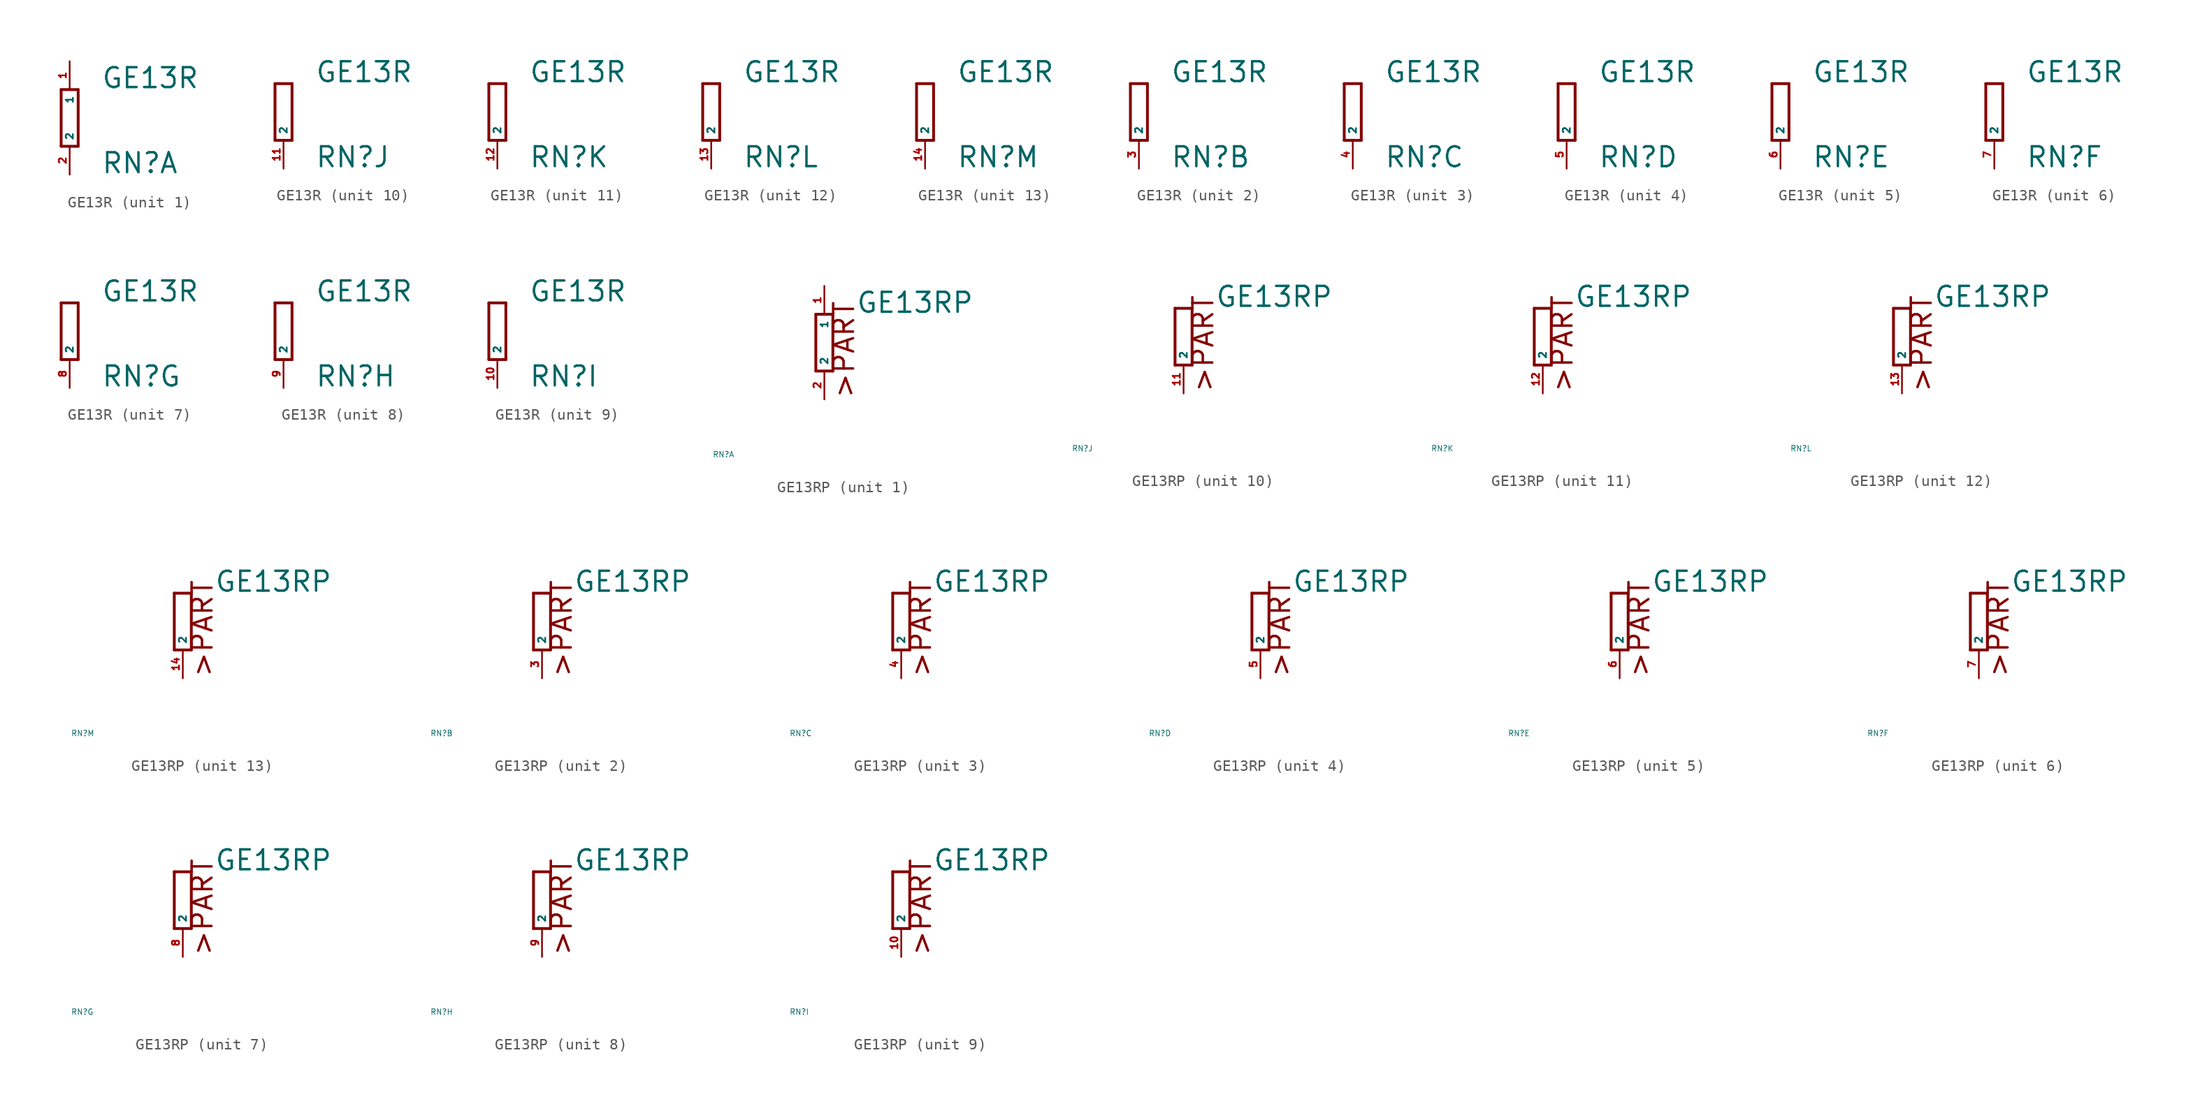
<source format=kicad_sym>
(kicad_symbol_lib
  (version 20220914)
  (generator Eagle2Kicad)
  (symbol "GE13R"
    (property "Reference" "RN"
      (at 2.794 -5.08 0)
      (effects (font (size 1.778 1.778) (thickness 0.22)) (justify left bottom)))
    (property "Value" "GE13R"
      (at 2.794 2.54 0)
      (effects (font (size 1.778 1.778) (thickness 0.22)) (justify left bottom)))
    (symbol "GE13R_1_0"
      (polyline (pts (xy 0.762 -2.54) (xy 0.762 2.54)) (stroke (width 0.254) (type default)) (fill (type none)))
      (polyline (pts (xy -0.762 2.54) (xy -0.762 -2.54)) (stroke (width 0.254) (type default)) (fill (type none)))
      (polyline (pts (xy 0.762 2.54) (xy -0.762 2.54)) (stroke (width 0.254) (type default)) (fill (type none)))
      (polyline (pts (xy -0.762 -2.54) (xy 0.762 -2.54)) (stroke (width 0.254) (type default)) (fill (type none)))
      (pin passive line (at 0 5.08 270) (length 2.54) (name "1" (effects (font (size 0.635 0.635) (thickness 0.08)) (justify left bottom))) (number "1" (effects (font (size 0.635 0.635) (thickness 0.08)) (justify left bottom))))
      (pin passive line (at 0 -5.08 90) (length 2.54) (name "2" (effects (font (size 0.635 0.635) (thickness 0.08)) (justify left bottom))) (number "2" (effects (font (size 0.635 0.635) (thickness 0.08)) (justify left bottom)))))
    (symbol "GE13R_2_0"
      (polyline (pts (xy -0.762 2.54) (xy -0.762 -2.54)) (stroke (width 0.254) (type default)) (fill (type none)))
      (polyline (pts (xy 0.762 -2.54) (xy 0.762 2.54)) (stroke (width 0.254) (type default)) (fill (type none)))
      (polyline (pts (xy -0.762 -2.54) (xy 0.762 -2.54)) (stroke (width 0.254) (type default)) (fill (type none)))
      (polyline (pts (xy 0.762 2.54) (xy -0.762 2.54)) (stroke (width 0.254) (type default)) (fill (type none)))
      (pin passive line (at 0 -5.08 90) (length 2.54) (name "2" (effects (font (size 0.635 0.635) (thickness 0.08)) (justify left bottom))) (number "3" (effects (font (size 0.635 0.635) (thickness 0.08)) (justify left bottom)))))
    (symbol "GE13R_3_0"
      (polyline (pts (xy -0.762 2.54) (xy -0.762 -2.54)) (stroke (width 0.254) (type default)) (fill (type none)))
      (polyline (pts (xy 0.762 -2.54) (xy 0.762 2.54)) (stroke (width 0.254) (type default)) (fill (type none)))
      (polyline (pts (xy -0.762 -2.54) (xy 0.762 -2.54)) (stroke (width 0.254) (type default)) (fill (type none)))
      (polyline (pts (xy 0.762 2.54) (xy -0.762 2.54)) (stroke (width 0.254) (type default)) (fill (type none)))
      (pin passive line (at 0 -5.08 90) (length 2.54) (name "2" (effects (font (size 0.635 0.635) (thickness 0.08)) (justify left bottom))) (number "4" (effects (font (size 0.635 0.635) (thickness 0.08)) (justify left bottom)))))
    (symbol "GE13R_4_0"
      (polyline (pts (xy -0.762 2.54) (xy -0.762 -2.54)) (stroke (width 0.254) (type default)) (fill (type none)))
      (polyline (pts (xy 0.762 -2.54) (xy 0.762 2.54)) (stroke (width 0.254) (type default)) (fill (type none)))
      (polyline (pts (xy -0.762 -2.54) (xy 0.762 -2.54)) (stroke (width 0.254) (type default)) (fill (type none)))
      (polyline (pts (xy 0.762 2.54) (xy -0.762 2.54)) (stroke (width 0.254) (type default)) (fill (type none)))
      (pin passive line (at 0 -5.08 90) (length 2.54) (name "2" (effects (font (size 0.635 0.635) (thickness 0.08)) (justify left bottom))) (number "5" (effects (font (size 0.635 0.635) (thickness 0.08)) (justify left bottom)))))
    (symbol "GE13R_5_0"
      (polyline (pts (xy -0.762 2.54) (xy -0.762 -2.54)) (stroke (width 0.254) (type default)) (fill (type none)))
      (polyline (pts (xy 0.762 -2.54) (xy 0.762 2.54)) (stroke (width 0.254) (type default)) (fill (type none)))
      (polyline (pts (xy -0.762 -2.54) (xy 0.762 -2.54)) (stroke (width 0.254) (type default)) (fill (type none)))
      (polyline (pts (xy 0.762 2.54) (xy -0.762 2.54)) (stroke (width 0.254) (type default)) (fill (type none)))
      (pin passive line (at 0 -5.08 90) (length 2.54) (name "2" (effects (font (size 0.635 0.635) (thickness 0.08)) (justify left bottom))) (number "6" (effects (font (size 0.635 0.635) (thickness 0.08)) (justify left bottom)))))
    (symbol "GE13R_6_0"
      (polyline (pts (xy -0.762 2.54) (xy -0.762 -2.54)) (stroke (width 0.254) (type default)) (fill (type none)))
      (polyline (pts (xy 0.762 -2.54) (xy 0.762 2.54)) (stroke (width 0.254) (type default)) (fill (type none)))
      (polyline (pts (xy -0.762 -2.54) (xy 0.762 -2.54)) (stroke (width 0.254) (type default)) (fill (type none)))
      (polyline (pts (xy 0.762 2.54) (xy -0.762 2.54)) (stroke (width 0.254) (type default)) (fill (type none)))
      (pin passive line (at 0 -5.08 90) (length 2.54) (name "2" (effects (font (size 0.635 0.635) (thickness 0.08)) (justify left bottom))) (number "7" (effects (font (size 0.635 0.635) (thickness 0.08)) (justify left bottom)))))
    (symbol "GE13R_7_0"
      (polyline (pts (xy -0.762 2.54) (xy -0.762 -2.54)) (stroke (width 0.254) (type default)) (fill (type none)))
      (polyline (pts (xy 0.762 -2.54) (xy 0.762 2.54)) (stroke (width 0.254) (type default)) (fill (type none)))
      (polyline (pts (xy -0.762 -2.54) (xy 0.762 -2.54)) (stroke (width 0.254) (type default)) (fill (type none)))
      (polyline (pts (xy 0.762 2.54) (xy -0.762 2.54)) (stroke (width 0.254) (type default)) (fill (type none)))
      (pin passive line (at 0 -5.08 90) (length 2.54) (name "2" (effects (font (size 0.635 0.635) (thickness 0.08)) (justify left bottom))) (number "8" (effects (font (size 0.635 0.635) (thickness 0.08)) (justify left bottom)))))
    (symbol "GE13R_8_0"
      (polyline (pts (xy -0.762 2.54) (xy -0.762 -2.54)) (stroke (width 0.254) (type default)) (fill (type none)))
      (polyline (pts (xy 0.762 -2.54) (xy 0.762 2.54)) (stroke (width 0.254) (type default)) (fill (type none)))
      (polyline (pts (xy -0.762 -2.54) (xy 0.762 -2.54)) (stroke (width 0.254) (type default)) (fill (type none)))
      (polyline (pts (xy 0.762 2.54) (xy -0.762 2.54)) (stroke (width 0.254) (type default)) (fill (type none)))
      (pin passive line (at 0 -5.08 90) (length 2.54) (name "2" (effects (font (size 0.635 0.635) (thickness 0.08)) (justify left bottom))) (number "9" (effects (font (size 0.635 0.635) (thickness 0.08)) (justify left bottom)))))
    (symbol "GE13R_9_0"
      (polyline (pts (xy -0.762 2.54) (xy -0.762 -2.54)) (stroke (width 0.254) (type default)) (fill (type none)))
      (polyline (pts (xy 0.762 -2.54) (xy 0.762 2.54)) (stroke (width 0.254) (type default)) (fill (type none)))
      (polyline (pts (xy -0.762 -2.54) (xy 0.762 -2.54)) (stroke (width 0.254) (type default)) (fill (type none)))
      (polyline (pts (xy 0.762 2.54) (xy -0.762 2.54)) (stroke (width 0.254) (type default)) (fill (type none)))
      (pin passive line (at 0 -5.08 90) (length 2.54) (name "2" (effects (font (size 0.635 0.635) (thickness 0.08)) (justify left bottom))) (number "10" (effects (font (size 0.635 0.635) (thickness 0.08)) (justify left bottom)))))
    (symbol "GE13R_10_0"
      (polyline (pts (xy -0.762 2.54) (xy -0.762 -2.54)) (stroke (width 0.254) (type default)) (fill (type none)))
      (polyline (pts (xy 0.762 -2.54) (xy 0.762 2.54)) (stroke (width 0.254) (type default)) (fill (type none)))
      (polyline (pts (xy -0.762 -2.54) (xy 0.762 -2.54)) (stroke (width 0.254) (type default)) (fill (type none)))
      (polyline (pts (xy 0.762 2.54) (xy -0.762 2.54)) (stroke (width 0.254) (type default)) (fill (type none)))
      (pin passive line (at 0 -5.08 90) (length 2.54) (name "2" (effects (font (size 0.635 0.635) (thickness 0.08)) (justify left bottom))) (number "11" (effects (font (size 0.635 0.635) (thickness 0.08)) (justify left bottom)))))
    (symbol "GE13R_11_0"
      (polyline (pts (xy -0.762 2.54) (xy -0.762 -2.54)) (stroke (width 0.254) (type default)) (fill (type none)))
      (polyline (pts (xy 0.762 -2.54) (xy 0.762 2.54)) (stroke (width 0.254) (type default)) (fill (type none)))
      (polyline (pts (xy -0.762 -2.54) (xy 0.762 -2.54)) (stroke (width 0.254) (type default)) (fill (type none)))
      (polyline (pts (xy 0.762 2.54) (xy -0.762 2.54)) (stroke (width 0.254) (type default)) (fill (type none)))
      (pin passive line (at 0 -5.08 90) (length 2.54) (name "2" (effects (font (size 0.635 0.635) (thickness 0.08)) (justify left bottom))) (number "12" (effects (font (size 0.635 0.635) (thickness 0.08)) (justify left bottom)))))
    (symbol "GE13R_12_0"
      (polyline (pts (xy -0.762 2.54) (xy -0.762 -2.54)) (stroke (width 0.254) (type default)) (fill (type none)))
      (polyline (pts (xy 0.762 -2.54) (xy 0.762 2.54)) (stroke (width 0.254) (type default)) (fill (type none)))
      (polyline (pts (xy -0.762 -2.54) (xy 0.762 -2.54)) (stroke (width 0.254) (type default)) (fill (type none)))
      (polyline (pts (xy 0.762 2.54) (xy -0.762 2.54)) (stroke (width 0.254) (type default)) (fill (type none)))
      (pin passive line (at 0 -5.08 90) (length 2.54) (name "2" (effects (font (size 0.635 0.635) (thickness 0.08)) (justify left bottom))) (number "13" (effects (font (size 0.635 0.635) (thickness 0.08)) (justify left bottom)))))
    (symbol "GE13R_13_0"
      (polyline (pts (xy -0.762 2.54) (xy -0.762 -2.54)) (stroke (width 0.254) (type default)) (fill (type none)))
      (polyline (pts (xy 0.762 -2.54) (xy 0.762 2.54)) (stroke (width 0.254) (type default)) (fill (type none)))
      (polyline (pts (xy -0.762 -2.54) (xy 0.762 -2.54)) (stroke (width 0.254) (type default)) (fill (type none)))
      (polyline (pts (xy 0.762 2.54) (xy -0.762 2.54)) (stroke (width 0.254) (type default)) (fill (type none)))
      (pin passive line (at 0 -5.08 90) (length 2.54) (name "2" (effects (font (size 0.635 0.635) (thickness 0.08)) (justify left bottom))) (number "14" (effects (font (size 0.635 0.635) (thickness 0.08)) (justify left bottom))))))
  (symbol "GE13RP"
    (property "Reference" "RN"
      (at -10 -10 0)
      (effects (font (size 0.5 0.5) (thickness 0.06)) (justify left)))
    (property "Value" "GE13RP"
      (at 2.794 2.54 0)
      (effects (font (size 1.778 1.778) (thickness 0.22)) (justify left bottom)))
    (symbol "GE13RP_1_0"
      (polyline (pts (xy 0.762 -2.54) (xy 0.762 2.54)) (stroke (width 0.254) (type default)) (fill (type none)))
      (polyline (pts (xy -0.762 2.54) (xy -0.762 -2.54)) (stroke (width 0.254) (type default)) (fill (type none)))
      (polyline (pts (xy 0.762 2.54) (xy -0.762 2.54)) (stroke (width 0.254) (type default)) (fill (type none)))
      (polyline (pts (xy -0.762 -2.54) (xy 0.762 -2.54)) (stroke (width 0.254) (type default)) (fill (type none)))
      (text ">PART" (at 2.794 -5.08 900) (effects (font (size 1.778 1.778) (thickness 0.22)) (justify left bottom)))
      (pin passive line (at 0 5.08 270) (length 2.54) (name "1" (effects (font (size 0.635 0.635) (thickness 0.08)) (justify left bottom))) (number "1" (effects (font (size 0.635 0.635) (thickness 0.08)) (justify left bottom))))
      (pin passive line (at 0 -5.08 90) (length 2.54) (name "2" (effects (font (size 0.635 0.635) (thickness 0.08)) (justify left bottom))) (number "2" (effects (font (size 0.635 0.635) (thickness 0.08)) (justify left bottom)))))
    (symbol "GE13RP_2_0"
      (polyline (pts (xy -0.762 2.54) (xy -0.762 -2.54)) (stroke (width 0.254) (type default)) (fill (type none)))
      (polyline (pts (xy 0.762 -2.54) (xy 0.762 2.54)) (stroke (width 0.254) (type default)) (fill (type none)))
      (polyline (pts (xy -0.762 -2.54) (xy 0.762 -2.54)) (stroke (width 0.254) (type default)) (fill (type none)))
      (polyline (pts (xy 0.762 2.54) (xy -0.762 2.54)) (stroke (width 0.254) (type default)) (fill (type none)))
      (text ">PART" (at 2.794 -5.08 900) (effects (font (size 1.778 1.778) (thickness 0.22)) (justify left bottom)))
      (pin passive line (at 0 -5.08 90) (length 2.54) (name "2" (effects (font (size 0.635 0.635) (thickness 0.08)) (justify left bottom))) (number "3" (effects (font (size 0.635 0.635) (thickness 0.08)) (justify left bottom)))))
    (symbol "GE13RP_3_0"
      (polyline (pts (xy -0.762 2.54) (xy -0.762 -2.54)) (stroke (width 0.254) (type default)) (fill (type none)))
      (polyline (pts (xy 0.762 -2.54) (xy 0.762 2.54)) (stroke (width 0.254) (type default)) (fill (type none)))
      (polyline (pts (xy -0.762 -2.54) (xy 0.762 -2.54)) (stroke (width 0.254) (type default)) (fill (type none)))
      (polyline (pts (xy 0.762 2.54) (xy -0.762 2.54)) (stroke (width 0.254) (type default)) (fill (type none)))
      (text ">PART" (at 2.794 -5.08 900) (effects (font (size 1.778 1.778) (thickness 0.22)) (justify left bottom)))
      (pin passive line (at 0 -5.08 90) (length 2.54) (name "2" (effects (font (size 0.635 0.635) (thickness 0.08)) (justify left bottom))) (number "4" (effects (font (size 0.635 0.635) (thickness 0.08)) (justify left bottom)))))
    (symbol "GE13RP_4_0"
      (polyline (pts (xy -0.762 2.54) (xy -0.762 -2.54)) (stroke (width 0.254) (type default)) (fill (type none)))
      (polyline (pts (xy 0.762 -2.54) (xy 0.762 2.54)) (stroke (width 0.254) (type default)) (fill (type none)))
      (polyline (pts (xy -0.762 -2.54) (xy 0.762 -2.54)) (stroke (width 0.254) (type default)) (fill (type none)))
      (polyline (pts (xy 0.762 2.54) (xy -0.762 2.54)) (stroke (width 0.254) (type default)) (fill (type none)))
      (text ">PART" (at 2.794 -5.08 900) (effects (font (size 1.778 1.778) (thickness 0.22)) (justify left bottom)))
      (pin passive line (at 0 -5.08 90) (length 2.54) (name "2" (effects (font (size 0.635 0.635) (thickness 0.08)) (justify left bottom))) (number "5" (effects (font (size 0.635 0.635) (thickness 0.08)) (justify left bottom)))))
    (symbol "GE13RP_5_0"
      (polyline (pts (xy -0.762 2.54) (xy -0.762 -2.54)) (stroke (width 0.254) (type default)) (fill (type none)))
      (polyline (pts (xy 0.762 -2.54) (xy 0.762 2.54)) (stroke (width 0.254) (type default)) (fill (type none)))
      (polyline (pts (xy -0.762 -2.54) (xy 0.762 -2.54)) (stroke (width 0.254) (type default)) (fill (type none)))
      (polyline (pts (xy 0.762 2.54) (xy -0.762 2.54)) (stroke (width 0.254) (type default)) (fill (type none)))
      (text ">PART" (at 2.794 -5.08 900) (effects (font (size 1.778 1.778) (thickness 0.22)) (justify left bottom)))
      (pin passive line (at 0 -5.08 90) (length 2.54) (name "2" (effects (font (size 0.635 0.635) (thickness 0.08)) (justify left bottom))) (number "6" (effects (font (size 0.635 0.635) (thickness 0.08)) (justify left bottom)))))
    (symbol "GE13RP_6_0"
      (polyline (pts (xy -0.762 2.54) (xy -0.762 -2.54)) (stroke (width 0.254) (type default)) (fill (type none)))
      (polyline (pts (xy 0.762 -2.54) (xy 0.762 2.54)) (stroke (width 0.254) (type default)) (fill (type none)))
      (polyline (pts (xy -0.762 -2.54) (xy 0.762 -2.54)) (stroke (width 0.254) (type default)) (fill (type none)))
      (polyline (pts (xy 0.762 2.54) (xy -0.762 2.54)) (stroke (width 0.254) (type default)) (fill (type none)))
      (text ">PART" (at 2.794 -5.08 900) (effects (font (size 1.778 1.778) (thickness 0.22)) (justify left bottom)))
      (pin passive line (at 0 -5.08 90) (length 2.54) (name "2" (effects (font (size 0.635 0.635) (thickness 0.08)) (justify left bottom))) (number "7" (effects (font (size 0.635 0.635) (thickness 0.08)) (justify left bottom)))))
    (symbol "GE13RP_7_0"
      (polyline (pts (xy -0.762 2.54) (xy -0.762 -2.54)) (stroke (width 0.254) (type default)) (fill (type none)))
      (polyline (pts (xy 0.762 -2.54) (xy 0.762 2.54)) (stroke (width 0.254) (type default)) (fill (type none)))
      (polyline (pts (xy -0.762 -2.54) (xy 0.762 -2.54)) (stroke (width 0.254) (type default)) (fill (type none)))
      (polyline (pts (xy 0.762 2.54) (xy -0.762 2.54)) (stroke (width 0.254) (type default)) (fill (type none)))
      (text ">PART" (at 2.794 -5.08 900) (effects (font (size 1.778 1.778) (thickness 0.22)) (justify left bottom)))
      (pin passive line (at 0 -5.08 90) (length 2.54) (name "2" (effects (font (size 0.635 0.635) (thickness 0.08)) (justify left bottom))) (number "8" (effects (font (size 0.635 0.635) (thickness 0.08)) (justify left bottom)))))
    (symbol "GE13RP_8_0"
      (polyline (pts (xy -0.762 2.54) (xy -0.762 -2.54)) (stroke (width 0.254) (type default)) (fill (type none)))
      (polyline (pts (xy 0.762 -2.54) (xy 0.762 2.54)) (stroke (width 0.254) (type default)) (fill (type none)))
      (polyline (pts (xy -0.762 -2.54) (xy 0.762 -2.54)) (stroke (width 0.254) (type default)) (fill (type none)))
      (polyline (pts (xy 0.762 2.54) (xy -0.762 2.54)) (stroke (width 0.254) (type default)) (fill (type none)))
      (text ">PART" (at 2.794 -5.08 900) (effects (font (size 1.778 1.778) (thickness 0.22)) (justify left bottom)))
      (pin passive line (at 0 -5.08 90) (length 2.54) (name "2" (effects (font (size 0.635 0.635) (thickness 0.08)) (justify left bottom))) (number "9" (effects (font (size 0.635 0.635) (thickness 0.08)) (justify left bottom)))))
    (symbol "GE13RP_9_0"
      (polyline (pts (xy -0.762 2.54) (xy -0.762 -2.54)) (stroke (width 0.254) (type default)) (fill (type none)))
      (polyline (pts (xy 0.762 -2.54) (xy 0.762 2.54)) (stroke (width 0.254) (type default)) (fill (type none)))
      (polyline (pts (xy -0.762 -2.54) (xy 0.762 -2.54)) (stroke (width 0.254) (type default)) (fill (type none)))
      (polyline (pts (xy 0.762 2.54) (xy -0.762 2.54)) (stroke (width 0.254) (type default)) (fill (type none)))
      (text ">PART" (at 2.794 -5.08 900) (effects (font (size 1.778 1.778) (thickness 0.22)) (justify left bottom)))
      (pin passive line (at 0 -5.08 90) (length 2.54) (name "2" (effects (font (size 0.635 0.635) (thickness 0.08)) (justify left bottom))) (number "10" (effects (font (size 0.635 0.635) (thickness 0.08)) (justify left bottom)))))
    (symbol "GE13RP_10_0"
      (polyline (pts (xy -0.762 2.54) (xy -0.762 -2.54)) (stroke (width 0.254) (type default)) (fill (type none)))
      (polyline (pts (xy 0.762 -2.54) (xy 0.762 2.54)) (stroke (width 0.254) (type default)) (fill (type none)))
      (polyline (pts (xy -0.762 -2.54) (xy 0.762 -2.54)) (stroke (width 0.254) (type default)) (fill (type none)))
      (polyline (pts (xy 0.762 2.54) (xy -0.762 2.54)) (stroke (width 0.254) (type default)) (fill (type none)))
      (text ">PART" (at 2.794 -5.08 900) (effects (font (size 1.778 1.778) (thickness 0.22)) (justify left bottom)))
      (pin passive line (at 0 -5.08 90) (length 2.54) (name "2" (effects (font (size 0.635 0.635) (thickness 0.08)) (justify left bottom))) (number "11" (effects (font (size 0.635 0.635) (thickness 0.08)) (justify left bottom)))))
    (symbol "GE13RP_11_0"
      (polyline (pts (xy -0.762 2.54) (xy -0.762 -2.54)) (stroke (width 0.254) (type default)) (fill (type none)))
      (polyline (pts (xy 0.762 -2.54) (xy 0.762 2.54)) (stroke (width 0.254) (type default)) (fill (type none)))
      (polyline (pts (xy -0.762 -2.54) (xy 0.762 -2.54)) (stroke (width 0.254) (type default)) (fill (type none)))
      (polyline (pts (xy 0.762 2.54) (xy -0.762 2.54)) (stroke (width 0.254) (type default)) (fill (type none)))
      (text ">PART" (at 2.794 -5.08 900) (effects (font (size 1.778 1.778) (thickness 0.22)) (justify left bottom)))
      (pin passive line (at 0 -5.08 90) (length 2.54) (name "2" (effects (font (size 0.635 0.635) (thickness 0.08)) (justify left bottom))) (number "12" (effects (font (size 0.635 0.635) (thickness 0.08)) (justify left bottom)))))
    (symbol "GE13RP_12_0"
      (polyline (pts (xy -0.762 2.54) (xy -0.762 -2.54)) (stroke (width 0.254) (type default)) (fill (type none)))
      (polyline (pts (xy 0.762 -2.54) (xy 0.762 2.54)) (stroke (width 0.254) (type default)) (fill (type none)))
      (polyline (pts (xy -0.762 -2.54) (xy 0.762 -2.54)) (stroke (width 0.254) (type default)) (fill (type none)))
      (polyline (pts (xy 0.762 2.54) (xy -0.762 2.54)) (stroke (width 0.254) (type default)) (fill (type none)))
      (text ">PART" (at 2.794 -5.08 900) (effects (font (size 1.778 1.778) (thickness 0.22)) (justify left bottom)))
      (pin passive line (at 0 -5.08 90) (length 2.54) (name "2" (effects (font (size 0.635 0.635) (thickness 0.08)) (justify left bottom))) (number "13" (effects (font (size 0.635 0.635) (thickness 0.08)) (justify left bottom)))))
    (symbol "GE13RP_13_0"
      (polyline (pts (xy -0.762 2.54) (xy -0.762 -2.54)) (stroke (width 0.254) (type default)) (fill (type none)))
      (polyline (pts (xy 0.762 -2.54) (xy 0.762 2.54)) (stroke (width 0.254) (type default)) (fill (type none)))
      (polyline (pts (xy -0.762 -2.54) (xy 0.762 -2.54)) (stroke (width 0.254) (type default)) (fill (type none)))
      (polyline (pts (xy 0.762 2.54) (xy -0.762 2.54)) (stroke (width 0.254) (type default)) (fill (type none)))
      (text ">PART" (at 2.794 -5.08 900) (effects (font (size 1.778 1.778) (thickness 0.22)) (justify left bottom)))
      (pin passive line (at 0 -5.08 90) (length 2.54) (name "2" (effects (font (size 0.635 0.635) (thickness 0.08)) (justify left bottom))) (number "14" (effects (font (size 0.635 0.635) (thickness 0.08)) (justify left bottom)))))))
</source>
